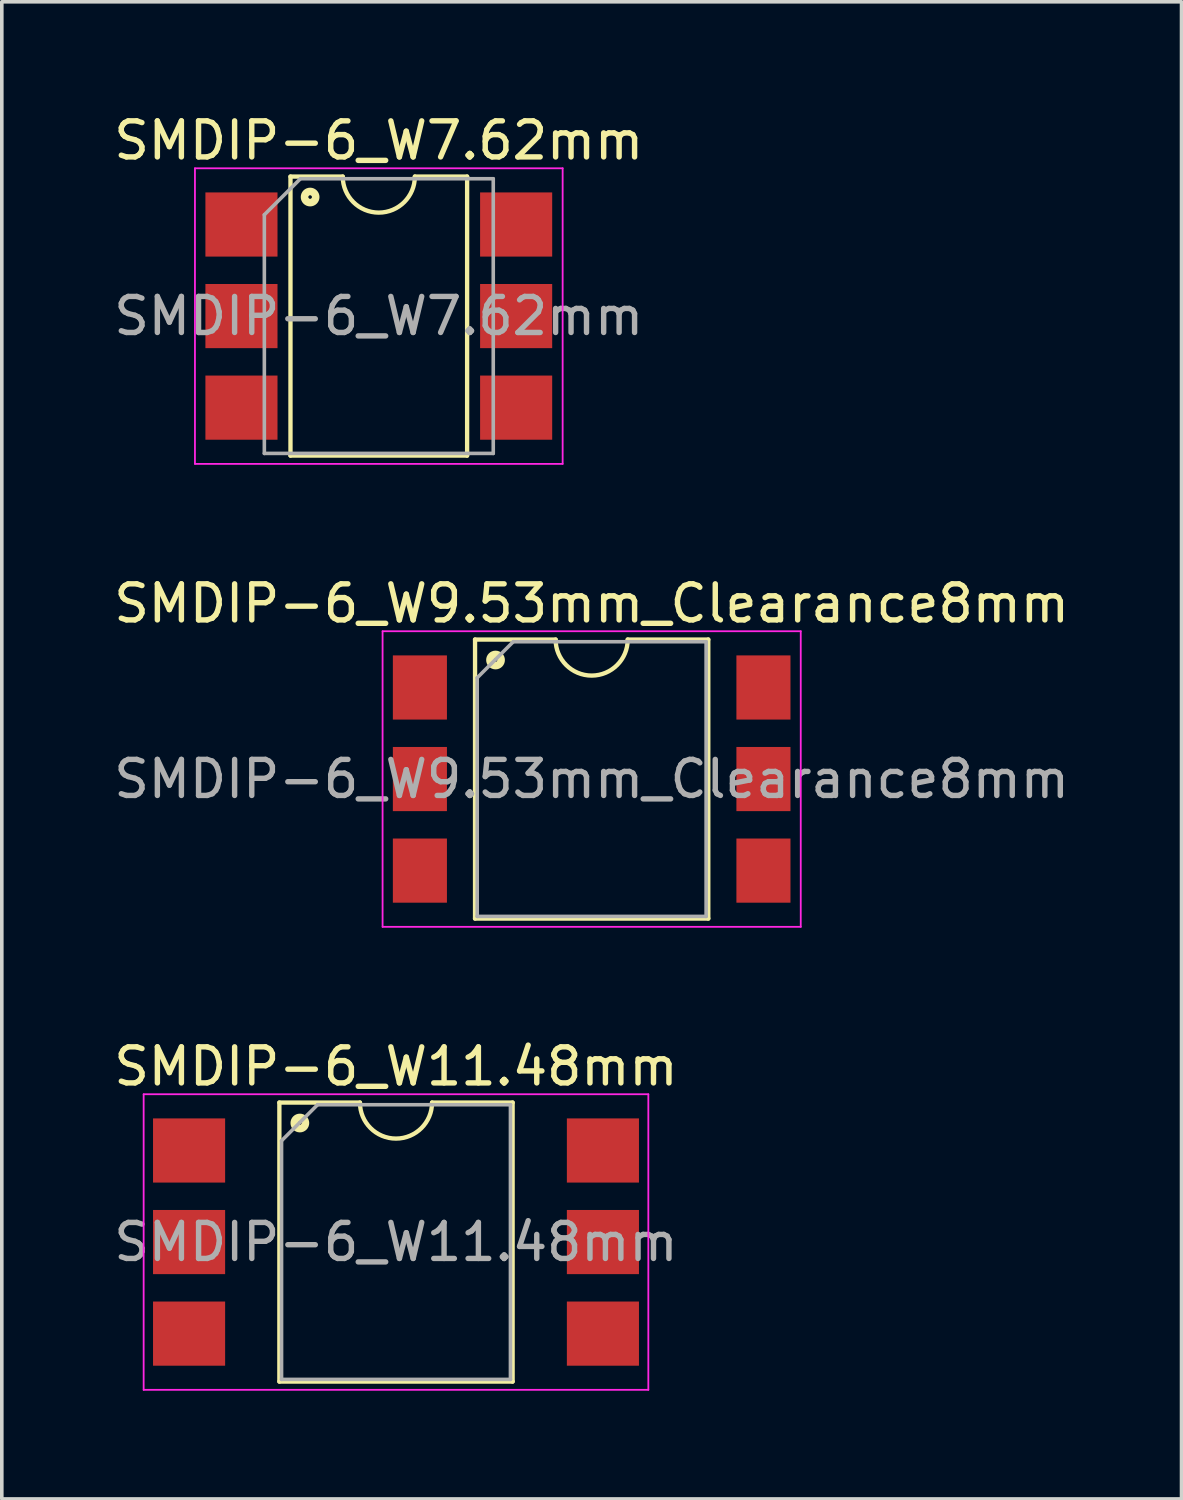
<source format=kicad_pcb>
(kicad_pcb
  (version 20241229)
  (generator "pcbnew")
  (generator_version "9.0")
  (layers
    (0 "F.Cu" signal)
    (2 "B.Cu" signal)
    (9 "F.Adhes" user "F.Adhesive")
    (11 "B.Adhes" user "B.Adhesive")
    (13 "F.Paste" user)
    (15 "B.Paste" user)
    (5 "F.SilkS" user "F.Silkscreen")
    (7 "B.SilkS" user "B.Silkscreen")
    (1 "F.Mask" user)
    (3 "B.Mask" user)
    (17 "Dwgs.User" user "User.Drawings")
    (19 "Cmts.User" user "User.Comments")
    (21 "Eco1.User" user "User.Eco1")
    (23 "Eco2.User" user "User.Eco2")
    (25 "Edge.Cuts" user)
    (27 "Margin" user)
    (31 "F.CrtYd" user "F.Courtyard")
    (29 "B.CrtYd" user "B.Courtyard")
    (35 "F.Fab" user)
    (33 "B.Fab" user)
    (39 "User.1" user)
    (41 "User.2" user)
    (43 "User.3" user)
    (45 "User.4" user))
  (footprint "SMDIP-6_W9.53mm_Clearance8mm"
    (layer "F.Cu")
    (at 13.363 18.561)
    (property "Reference" "SMDIP-6_W9.53mm_Clearance8mm" (at 0 -4.87 0) (layer "F.SilkS") (effects (font (size 1 1) (thickness 0.15))))
    (attr smd)
    (fp_line (start -3.235 -3.87) (end -3.235 3.87) (stroke (width 0.12) (type solid)) (layer "F.SilkS"))
    (fp_line (start -3.235 3.87) (end 3.235 3.87) (stroke (width 0.12) (type solid)) (layer "F.SilkS"))
    (fp_line (start -1 -3.87) (end -3.235 -3.87) (stroke (width 0.12) (type solid)) (layer "F.SilkS"))
    (fp_line (start 3.235 -3.87) (end 1 -3.87) (stroke (width 0.12) (type solid)) (layer "F.SilkS"))
    (fp_line (start 3.235 3.87) (end 3.235 -3.87) (stroke (width 0.12) (type solid)) (layer "F.SilkS"))
    (fp_arc (start 1 -3.87) (mid 0 -2.87) (end -1 -3.87) (stroke (width 0.12) (type solid)) (layer "F.SilkS"))
    (fp_circle (center -2.667 -3.302) (end -2.617 -3.302) (stroke (width 0.12) (type solid)) (fill no) (layer "F.SilkS"))
    (fp_circle (center -2.667 -3.302) (end -2.542 -3.302) (stroke (width 0.12) (type solid)) (fill no) (layer "F.SilkS"))
    (fp_circle (center -2.667 -3.302) (end -2.467 -3.302) (stroke (width 0.12) (type solid)) (fill no) (layer "F.SilkS"))
    (fp_line (start -5.8 -4.1) (end -5.8 4.1) (stroke (width 0.05) (type solid)) (layer "F.CrtYd"))
    (fp_line (start -5.8 4.1) (end 5.8 4.1) (stroke (width 0.05) (type solid)) (layer "F.CrtYd"))
    (fp_line (start 5.8 -4.1) (end -5.8 -4.1) (stroke (width 0.05) (type solid)) (layer "F.CrtYd"))
    (fp_line (start 5.8 4.1) (end 5.8 -4.1) (stroke (width 0.05) (type solid)) (layer "F.CrtYd"))
    (fp_line (start -3.175 -2.81) (end -2.175 -3.81) (stroke (width 0.1) (type solid)) (layer "F.Fab"))
    (fp_line (start -3.175 3.81) (end -3.175 -2.81) (stroke (width 0.1) (type solid)) (layer "F.Fab"))
    (fp_line (start -2.175 -3.81) (end 3.175 -3.81) (stroke (width 0.1) (type solid)) (layer "F.Fab"))
    (fp_line (start 3.175 -3.81) (end 3.175 3.81) (stroke (width 0.1) (type solid)) (layer "F.Fab"))
    (fp_line (start 3.175 3.81) (end -3.175 3.81) (stroke (width 0.1) (type solid)) (layer "F.Fab"))
    (fp_text user "${REFERENCE}" (at 0 0 0) (layer "F.Fab") (effects (font (size 1 1) (thickness 0.15))))
    (pad "1" smd rect (at -4.765 -2.54) (size 1.5 1.78) (layers "F.Cu" "F.Mask" "F.Paste"))
    (pad "2" smd rect (at -4.765 0) (size 1.5 1.78) (layers "F.Cu" "F.Mask" "F.Paste"))
    (pad "3" smd rect (at -4.765 2.54) (size 1.5 1.78) (layers "F.Cu" "F.Mask" "F.Paste"))
    (pad "4" smd rect (at 4.765 2.54) (size 1.5 1.78) (layers "F.Cu" "F.Mask" "F.Paste"))
    (pad "5" smd rect (at 4.765 0) (size 1.5 1.78) (layers "F.Cu" "F.Mask" "F.Paste"))
    (pad "6" smd rect (at 4.765 -2.54) (size 1.5 1.78) (layers "F.Cu" "F.Mask" "F.Paste")))
  (footprint "SMDIP-6_W7.62mm"
    (layer "F.Cu")
    (at 7.458 5.718)
    (property "Reference" "SMDIP-6_W7.62mm" (at 0 -4.87 0) (layer "F.SilkS") (effects (font (size 1 1) (thickness 0.15))))
    (attr smd)
    (fp_line (start -2.45 -3.87) (end -2.45 3.87) (stroke (width 0.12) (type solid)) (layer "F.SilkS"))
    (fp_line (start -2.45 3.87) (end 2.45 3.87) (stroke (width 0.12) (type solid)) (layer "F.SilkS"))
    (fp_line (start -1 -3.87) (end -2.45 -3.87) (stroke (width 0.12) (type solid)) (layer "F.SilkS"))
    (fp_line (start 2.45 -3.87) (end 1 -3.87) (stroke (width 0.12) (type solid)) (layer "F.SilkS"))
    (fp_line (start 2.45 3.87) (end 2.45 -3.87) (stroke (width 0.12) (type solid)) (layer "F.SilkS"))
    (fp_arc (start 1 -3.87) (mid 0 -2.87) (end -1 -3.87) (stroke (width 0.12) (type solid)) (layer "F.SilkS"))
    (fp_circle (center -1.905 -3.302) (end -1.855 -3.302) (stroke (width 0.12) (type solid)) (fill no) (layer "F.SilkS"))
    (fp_circle (center -1.905 -3.302) (end -1.78 -3.302) (stroke (width 0.12) (type solid)) (fill no) (layer "F.SilkS"))
    (fp_circle (center -1.905 -3.302) (end -1.705 -3.302) (stroke (width 0.12) (type solid)) (fill no) (layer "F.SilkS"))
    (fp_line (start -5.1 -4.1) (end -5.1 4.1) (stroke (width 0.05) (type solid)) (layer "F.CrtYd"))
    (fp_line (start -5.1 4.1) (end 5.1 4.1) (stroke (width 0.05) (type solid)) (layer "F.CrtYd"))
    (fp_line (start 5.1 -4.1) (end -5.1 -4.1) (stroke (width 0.05) (type solid)) (layer "F.CrtYd"))
    (fp_line (start 5.1 4.1) (end 5.1 -4.1) (stroke (width 0.05) (type solid)) (layer "F.CrtYd"))
    (fp_line (start -3.175 -2.81) (end -2.175 -3.81) (stroke (width 0.1) (type solid)) (layer "F.Fab"))
    (fp_line (start -3.175 3.81) (end -3.175 -2.81) (stroke (width 0.1) (type solid)) (layer "F.Fab"))
    (fp_line (start -2.175 -3.81) (end 3.175 -3.81) (stroke (width 0.1) (type solid)) (layer "F.Fab"))
    (fp_line (start 3.175 -3.81) (end 3.175 3.81) (stroke (width 0.1) (type solid)) (layer "F.Fab"))
    (fp_line (start 3.175 3.81) (end -3.175 3.81) (stroke (width 0.1) (type solid)) (layer "F.Fab"))
    (fp_text user "${REFERENCE}" (at 0 0 0) (layer "F.Fab") (effects (font (size 1 1) (thickness 0.15))))
    (pad "1" smd rect (at -3.81 -2.54) (size 2 1.78) (layers "F.Cu" "F.Mask" "F.Paste"))
    (pad "2" smd rect (at -3.81 0) (size 2 1.78) (layers "F.Cu" "F.Mask" "F.Paste"))
    (pad "3" smd rect (at -3.81 2.54) (size 2 1.78) (layers "F.Cu" "F.Mask" "F.Paste"))
    (pad "4" smd rect (at 3.81 2.54) (size 2 1.78) (layers "F.Cu" "F.Mask" "F.Paste"))
    (pad "5" smd rect (at 3.81 0) (size 2 1.78) (layers "F.Cu" "F.Mask" "F.Paste"))
    (pad "6" smd rect (at 3.81 -2.54) (size 2 1.78) (layers "F.Cu" "F.Mask" "F.Paste")))
  (footprint "SMDIP-6_W11.48mm"
    (layer "F.Cu")
    (at 7.935 31.405)
    (property "Reference" "SMDIP-6_W11.48mm" (at 0 -4.87 0) (layer "F.SilkS") (effects (font (size 1 1) (thickness 0.15))))
    (attr smd)
    (fp_line (start -3.235 -3.87) (end -3.235 3.87) (stroke (width 0.12) (type solid)) (layer "F.SilkS"))
    (fp_line (start -3.235 3.87) (end 3.235 3.87) (stroke (width 0.12) (type solid)) (layer "F.SilkS"))
    (fp_line (start -1 -3.87) (end -3.235 -3.87) (stroke (width 0.12) (type solid)) (layer "F.SilkS"))
    (fp_line (start 3.235 -3.87) (end 1 -3.87) (stroke (width 0.12) (type solid)) (layer "F.SilkS"))
    (fp_line (start 3.235 3.87) (end 3.235 -3.87) (stroke (width 0.12) (type solid)) (layer "F.SilkS"))
    (fp_arc (start 1 -3.87) (mid 0 -2.87) (end -1 -3.87) (stroke (width 0.12) (type solid)) (layer "F.SilkS"))
    (fp_circle (center -2.667 -3.302) (end -2.617 -3.302) (stroke (width 0.12) (type solid)) (fill no) (layer "F.SilkS"))
    (fp_circle (center -2.667 -3.302) (end -2.542 -3.302) (stroke (width 0.12) (type solid)) (fill no) (layer "F.SilkS"))
    (fp_circle (center -2.667 -3.302) (end -2.467 -3.302) (stroke (width 0.12) (type solid)) (fill no) (layer "F.SilkS"))
    (fp_line (start -7 -4.1) (end -7 4.1) (stroke (width 0.05) (type solid)) (layer "F.CrtYd"))
    (fp_line (start -7 4.1) (end 7 4.1) (stroke (width 0.05) (type solid)) (layer "F.CrtYd"))
    (fp_line (start 7 -4.1) (end -7 -4.1) (stroke (width 0.05) (type solid)) (layer "F.CrtYd"))
    (fp_line (start 7 4.1) (end 7 -4.1) (stroke (width 0.05) (type solid)) (layer "F.CrtYd"))
    (fp_line (start -3.175 -2.81) (end -2.175 -3.81) (stroke (width 0.1) (type solid)) (layer "F.Fab"))
    (fp_line (start -3.175 3.81) (end -3.175 -2.81) (stroke (width 0.1) (type solid)) (layer "F.Fab"))
    (fp_line (start -2.175 -3.81) (end 3.175 -3.81) (stroke (width 0.1) (type solid)) (layer "F.Fab"))
    (fp_line (start 3.175 -3.81) (end 3.175 3.81) (stroke (width 0.1) (type solid)) (layer "F.Fab"))
    (fp_line (start 3.175 3.81) (end -3.175 3.81) (stroke (width 0.1) (type solid)) (layer "F.Fab"))
    (fp_text user "${REFERENCE}" (at 0 0 0) (layer "F.Fab") (effects (font (size 1 1) (thickness 0.15))))
    (pad "1" smd rect (at -5.74 -2.54) (size 2 1.78) (layers "F.Cu" "F.Mask" "F.Paste"))
    (pad "2" smd rect (at -5.74 0) (size 2 1.78) (layers "F.Cu" "F.Mask" "F.Paste"))
    (pad "3" smd rect (at -5.74 2.54) (size 2 1.78) (layers "F.Cu" "F.Mask" "F.Paste"))
    (pad "4" smd rect (at 5.74 2.54) (size 2 1.78) (layers "F.Cu" "F.Mask" "F.Paste"))
    (pad "5" smd rect (at 5.74 0) (size 2 1.78) (layers "F.Cu" "F.Mask" "F.Paste"))
    (pad "6" smd rect (at 5.74 -2.54) (size 2 1.78) (layers "F.Cu" "F.Mask" "F.Paste")))
  (gr_rect
    (start -3 -3)
    (end 29.726 38.53)
    (stroke (width 0.1) (type default))
    (fill no)
    (layer "Edge.Cuts")))
</source>
